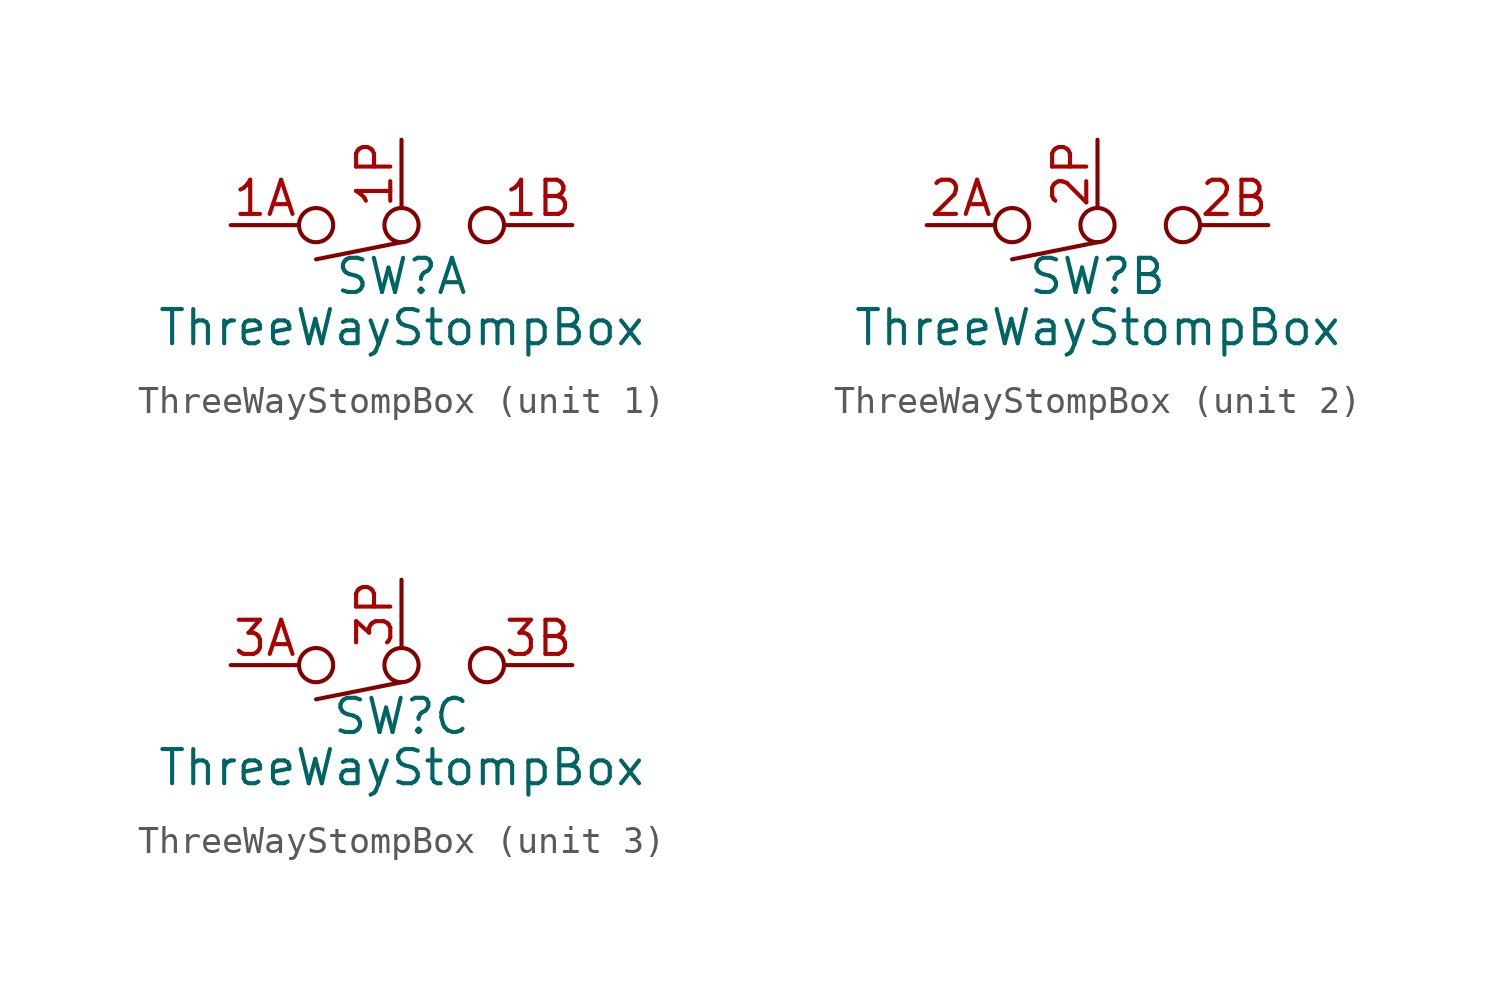
<source format=kicad_sym>
(kicad_symbol_lib
  (version 20211014)
  (generator kicad_symbol_editor)
  (symbol "ThreeWayStompBox"
    (property "Reference" "SW"
      (at 0 -1.905 0)
      (effects (font (size 1.27 1.27))))
    (property "Value" "ThreeWayStompBox"
      (at 0 -3.81 0)
      (effects (font (size 1.27 1.27))))
    (property "ki_locked" ""
      (at 0 0 0)
      (effects (font (size 1.27 1.27))))
    (symbol "ThreeWayStompBox_1_1"
      (circle (center -3.175 0) (radius 0.635) (stroke (width 0) (type default) (color 0 0 0 0)) (fill (type none)))
      (polyline (pts (xy 0 -0.635) (xy -3.175 -1.27)) (stroke (width 0) (type default) (color 0 0 0 0)) (fill (type none)))
      (circle (center 0 0) (radius 0.635) (stroke (width 0) (type default) (color 0 0 0 0)) (fill (type none)))
      (circle (center 3.175 0) (radius 0.635) (stroke (width 0) (type default) (color 0 0 0 0)) (fill (type none)))
      (pin bidirectional line (at -6.35 0 0) (length 2.54) (name "" (effects (font (size 1.27 1.27)))) (number "1A" (effects (font (size 1.27 1.27)))))
      (pin bidirectional line (at 6.35 0 180) (length 2.54) (name "" (effects (font (size 1.27 1.27)))) (number "1B" (effects (font (size 1.27 1.27)))))
      (pin bidirectional line (at 0 3.175 270) (length 2.54) (name "" (effects (font (size 1.27 1.27)))) (number "1P" (effects (font (size 1.27 1.27))))))
    (symbol "ThreeWayStompBox_2_1"
      (circle (center -3.175 0) (radius 0.635) (stroke (width 0) (type default) (color 0 0 0 0)) (fill (type none)))
      (polyline (pts (xy 0 -0.635) (xy -3.175 -1.27)) (stroke (width 0) (type default) (color 0 0 0 0)) (fill (type none)))
      (circle (center 0 0) (radius 0.635) (stroke (width 0) (type default) (color 0 0 0 0)) (fill (type none)))
      (circle (center 3.175 0) (radius 0.635) (stroke (width 0) (type default) (color 0 0 0 0)) (fill (type none)))
      (pin bidirectional line (at -6.35 0 0) (length 2.54) (name "" (effects (font (size 1.27 1.27)))) (number "2A" (effects (font (size 1.27 1.27)))))
      (pin bidirectional line (at 6.35 0 180) (length 2.54) (name "" (effects (font (size 1.27 1.27)))) (number "2B" (effects (font (size 1.27 1.27)))))
      (pin bidirectional line (at 0 3.175 270) (length 2.54) (name "" (effects (font (size 1.27 1.27)))) (number "2P" (effects (font (size 1.27 1.27))))))
    (symbol "ThreeWayStompBox_3_1"
      (circle (center -3.175 0) (radius 0.635) (stroke (width 0) (type default) (color 0 0 0 0)) (fill (type none)))
      (polyline (pts (xy 0 -0.635) (xy -3.175 -1.27)) (stroke (width 0) (type default) (color 0 0 0 0)) (fill (type none)))
      (circle (center 0 0) (radius 0.635) (stroke (width 0) (type default) (color 0 0 0 0)) (fill (type none)))
      (circle (center 3.175 0) (radius 0.635) (stroke (width 0) (type default) (color 0 0 0 0)) (fill (type none)))
      (pin bidirectional line (at -6.35 0 0) (length 2.54) (name "" (effects (font (size 1.27 1.27)))) (number "3A" (effects (font (size 1.27 1.27)))))
      (pin bidirectional line (at 6.35 0 180) (length 2.54) (name "" (effects (font (size 1.27 1.27)))) (number "3B" (effects (font (size 1.27 1.27)))))
      (pin bidirectional line (at 0 3.175 270) (length 2.54) (name "" (effects (font (size 1.27 1.27)))) (number "3P" (effects (font (size 1.27 1.27))))))))
</source>
